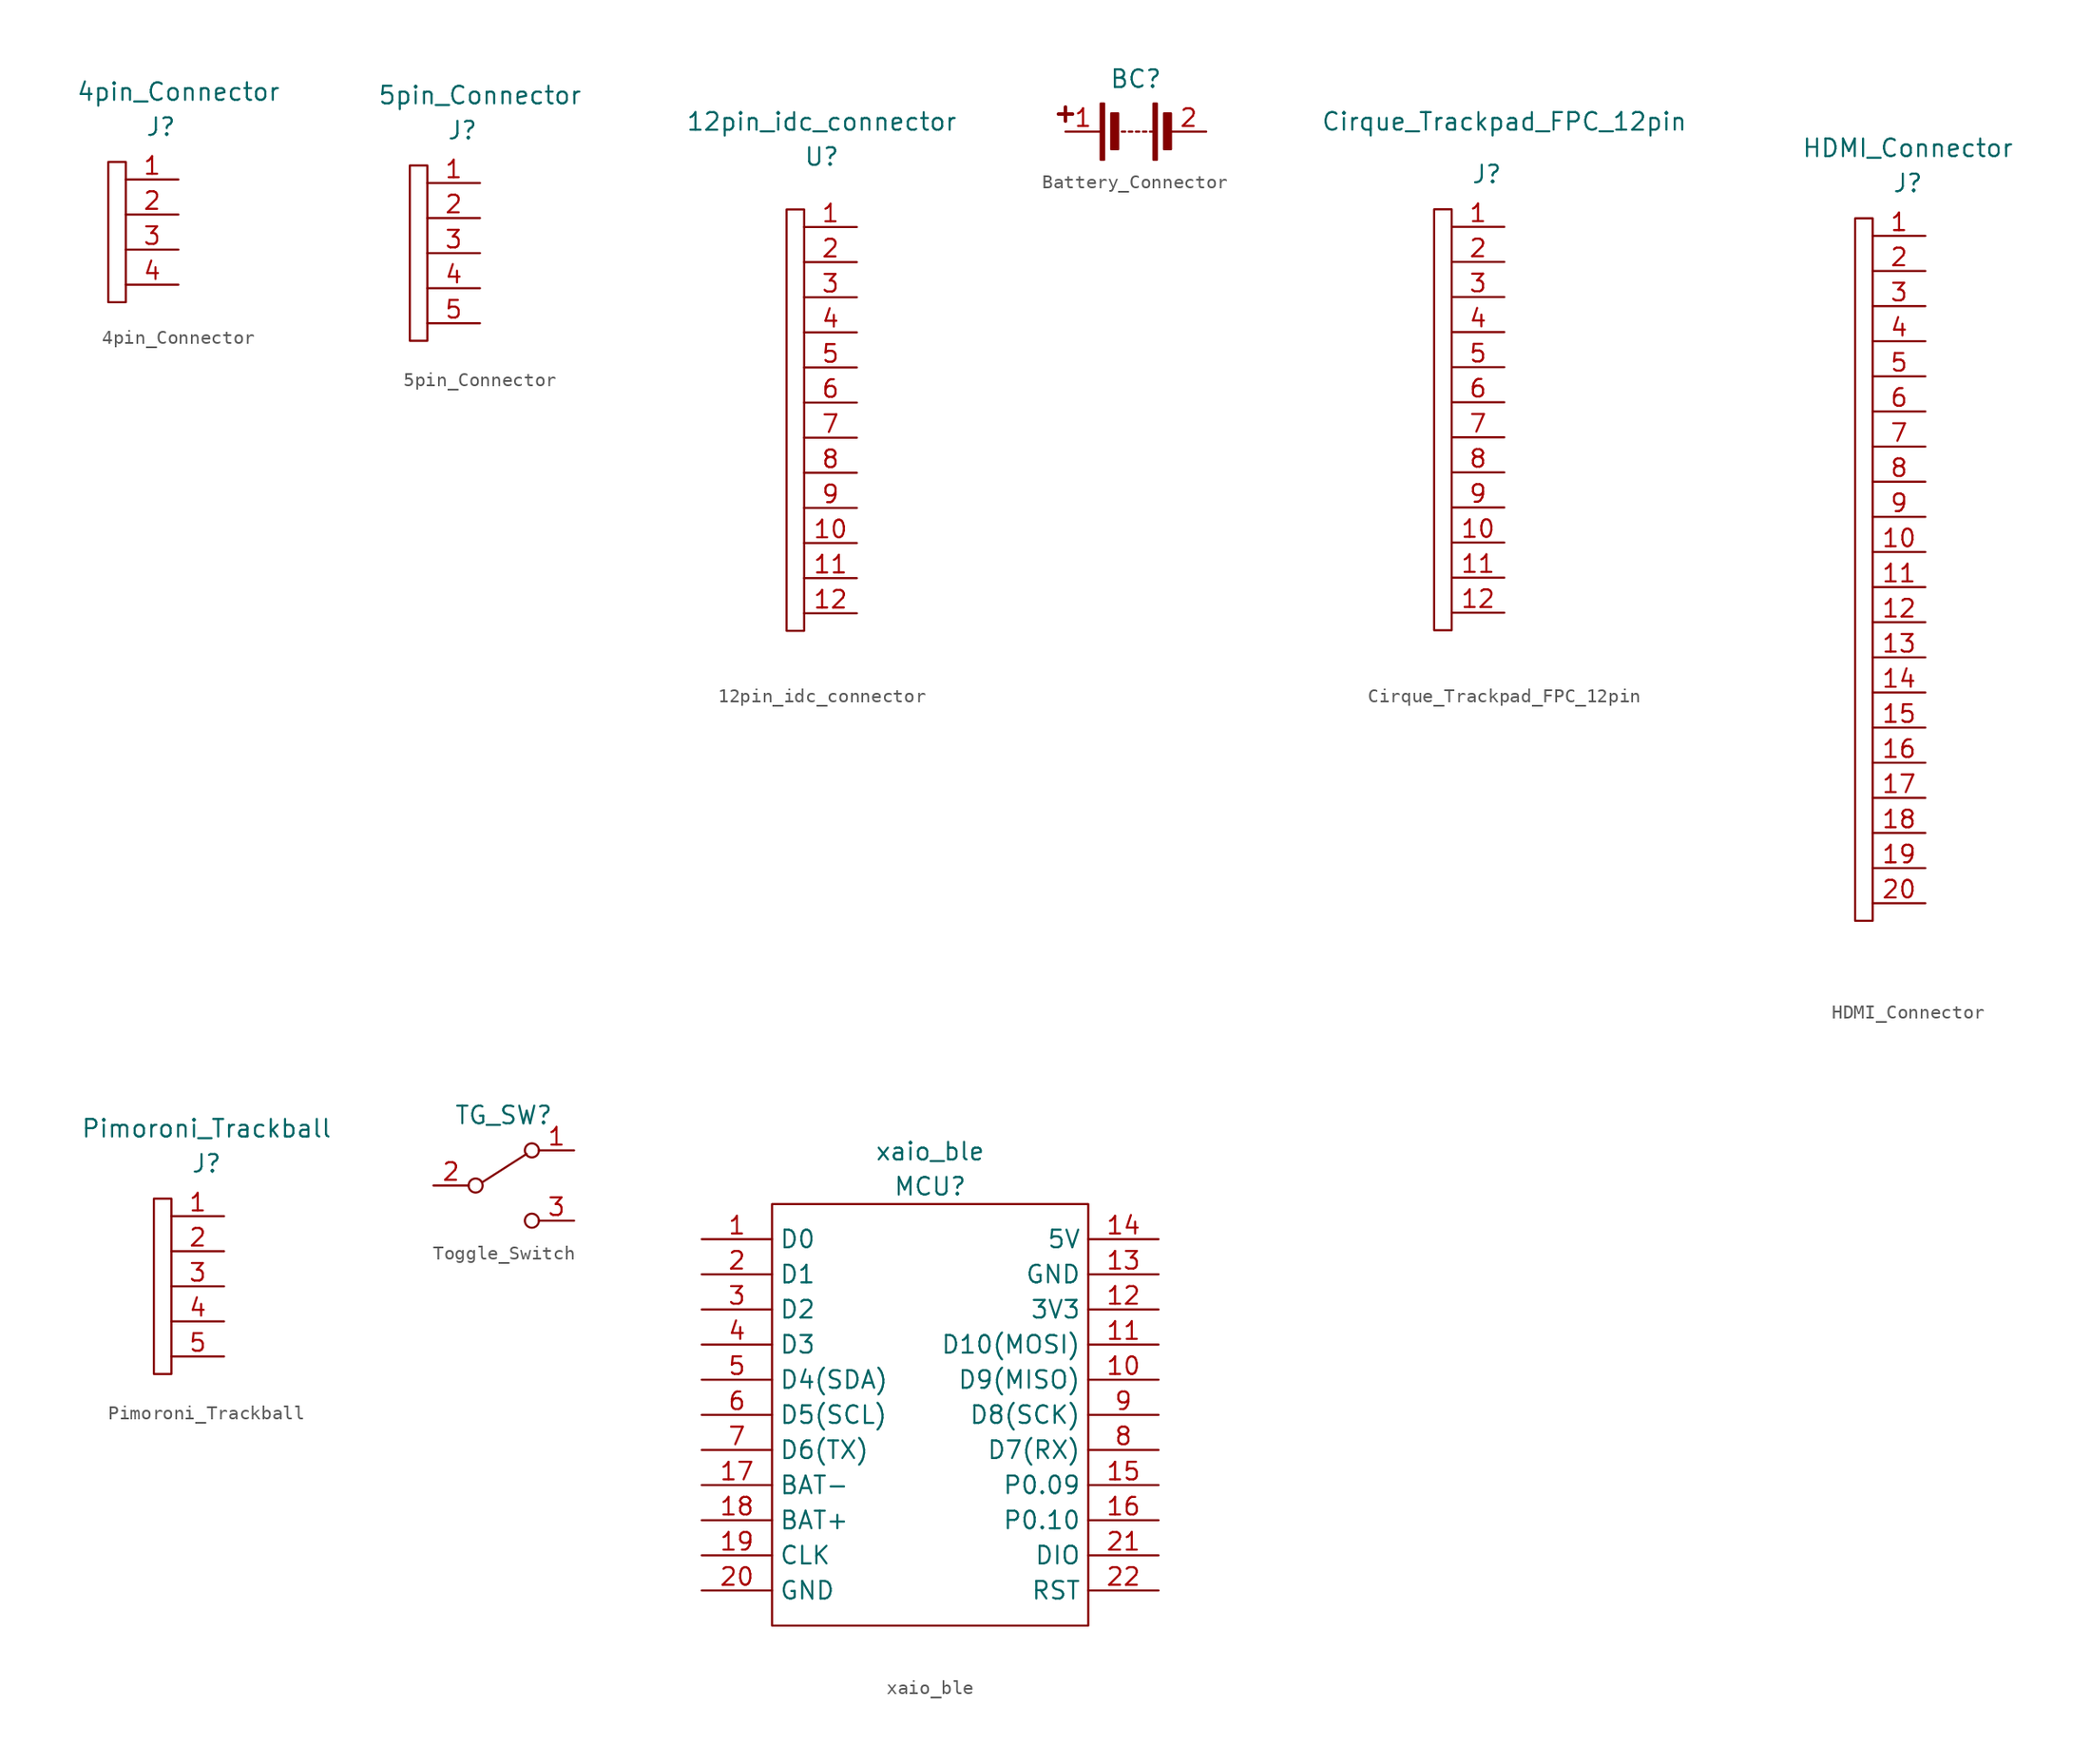
<source format=kicad_sym>
(kicad_symbol_lib
  (version 20211014)
  (generator kicad_symbol_editor)
  (symbol "4pin_Connector"
    (property "Reference" "J"
      (at 0 7.62 0)
      (effects (font (size 1.27 1.27))))
    (property "Value" "4pin_Connector"
      (at 1.27 10.16 0)
      (effects (font (size 1.27 1.27))))
    (symbol "4pin_Connector_0_1"
      (rectangle (start -3.81 5.08) (end -2.54 -5.08) (stroke (width 0) (type default) (color 0 0 0 0)) (fill (type none))))
    (symbol "4pin_Connector_1_1"
      (pin passive line (at 1.27 3.81 180) (length 3.81) (name "" (effects (font (size 1.27 1.27)))) (number "1" (effects (font (size 1.27 1.27)))))
      (pin passive line (at 1.27 1.27 180) (length 3.81) (name "" (effects (font (size 1.27 1.27)))) (number "2" (effects (font (size 1.27 1.27)))))
      (pin passive line (at 1.27 -1.27 180) (length 3.81) (name "" (effects (font (size 1.27 1.27)))) (number "3" (effects (font (size 1.27 1.27)))))
      (pin passive line (at 1.27 -3.81 180) (length 3.81) (name "" (effects (font (size 1.27 1.27)))) (number "4" (effects (font (size 1.27 1.27)))))))
  (symbol "5pin_Connector"
    (property "Reference" "J"
      (at 0 7.62 0)
      (effects (font (size 1.27 1.27))))
    (property "Value" "5pin_Connector"
      (at 1.27 10.16 0)
      (effects (font (size 1.27 1.27))))
    (symbol "5pin_Connector_0_1"
      (rectangle (start -3.81 5.08) (end -2.54 -7.62) (stroke (width 0) (type default) (color 0 0 0 0)) (fill (type none))))
    (symbol "5pin_Connector_1_1"
      (pin passive line (at 1.27 3.81 180) (length 3.81) (name "" (effects (font (size 1.27 1.27)))) (number "1" (effects (font (size 1.27 1.27)))))
      (pin passive line (at 1.27 1.27 180) (length 3.81) (name "" (effects (font (size 1.27 1.27)))) (number "2" (effects (font (size 1.27 1.27)))))
      (pin passive line (at 1.27 -1.27 180) (length 3.81) (name "" (effects (font (size 1.27 1.27)))) (number "3" (effects (font (size 1.27 1.27)))))
      (pin passive line (at 1.27 -3.81 180) (length 3.81) (name "" (effects (font (size 1.27 1.27)))) (number "4" (effects (font (size 1.27 1.27)))))
      (pin passive line (at 1.27 -6.35 180) (length 3.81) (name "" (effects (font (size 1.27 1.27)))) (number "5" (effects (font (size 1.27 1.27)))))))
  (symbol "12pin_idc_connector"
    (property "Reference" "U"
      (at 0 17.78 0)
      (effects (font (size 1.27 1.27))))
    (property "Value" "12pin_idc_connector"
      (at 0 20.32 0)
      (effects (font (size 1.27 1.27))))
    (symbol "12pin_idc_connector_0_1"
      (rectangle (start -2.54 13.97) (end -1.27 -16.51) (stroke (width 0) (type default) (color 0 0 0 0)) (fill (type none))))
    (symbol "12pin_idc_connector_1_1"
      (pin passive line (at 2.54 12.7 180) (length 3.81) (name "" (effects (font (size 1.27 1.27)))) (number "1" (effects (font (size 1.27 1.27)))))
      (pin passive line (at 2.54 -10.16 180) (length 3.81) (name "" (effects (font (size 1.27 1.27)))) (number "10" (effects (font (size 1.27 1.27)))))
      (pin passive line (at 2.54 -12.7 180) (length 3.81) (name "" (effects (font (size 1.27 1.27)))) (number "11" (effects (font (size 1.27 1.27)))))
      (pin passive line (at 2.54 -15.24 180) (length 3.81) (name "" (effects (font (size 1.27 1.27)))) (number "12" (effects (font (size 1.27 1.27)))))
      (pin passive line (at 2.54 10.16 180) (length 3.81) (name "" (effects (font (size 1.27 1.27)))) (number "2" (effects (font (size 1.27 1.27)))))
      (pin passive line (at 2.54 7.62 180) (length 3.81) (name "" (effects (font (size 1.27 1.27)))) (number "3" (effects (font (size 1.27 1.27)))))
      (pin passive line (at 2.54 5.08 180) (length 3.81) (name "" (effects (font (size 1.27 1.27)))) (number "4" (effects (font (size 1.27 1.27)))))
      (pin passive line (at 2.54 2.54 180) (length 3.81) (name "" (effects (font (size 1.27 1.27)))) (number "5" (effects (font (size 1.27 1.27)))))
      (pin passive line (at 2.54 0 180) (length 3.81) (name "" (effects (font (size 1.27 1.27)))) (number "6" (effects (font (size 1.27 1.27)))))
      (pin passive line (at 2.54 -2.54 180) (length 3.81) (name "" (effects (font (size 1.27 1.27)))) (number "7" (effects (font (size 1.27 1.27)))))
      (pin passive line (at 2.54 -5.08 180) (length 3.81) (name "" (effects (font (size 1.27 1.27)))) (number "8" (effects (font (size 1.27 1.27)))))
      (pin passive line (at 2.54 -7.62 180) (length 3.81) (name "" (effects (font (size 1.27 1.27)))) (number "9" (effects (font (size 1.27 1.27)))))))
  (symbol "Battery_Connector"
    (property "Reference" "BC"
      (at 0 3.81 0)
      (effects (font (size 1.27 1.27))))
    (symbol "Battery_Connector_0_1"
      (rectangle (start -2.54 -2.032) (end -2.286 2.032) (stroke (width 0) (type default) (color 0 0 0 0)) (fill (type outline)))
      (rectangle (start -1.778 -1.27) (end -1.27 1.321) (stroke (width 0) (type default) (color 0 0 0 0)) (fill (type outline)))
      (polyline (pts (xy -5.588 1.27) (xy -4.572 1.27)) (stroke (width 0.254) (type default) (color 0 0 0 0)) (fill (type none)))
      (polyline (pts (xy -5.08 0.762) (xy -5.08 1.778)) (stroke (width 0.254) (type default) (color 0 0 0 0)) (fill (type none)))
      (polyline (pts (xy -0.762 0) (xy -1.016 0)) (stroke (width 0) (type default) (color 0 0 0 0)) (fill (type none)))
      (polyline (pts (xy -0.254 0) (xy -0.508 0)) (stroke (width 0) (type default) (color 0 0 0 0)) (fill (type none)))
      (polyline (pts (xy 0.254 0) (xy 0 0)) (stroke (width 0) (type default) (color 0 0 0 0)) (fill (type none)))
      (polyline (pts (xy 0.762 0) (xy 0.508 0)) (stroke (width 0) (type default) (color 0 0 0 0)) (fill (type none)))
      (polyline (pts (xy 1.27 0) (xy 1.016 0)) (stroke (width 0) (type default) (color 0 0 0 0)) (fill (type none)))
      (rectangle (start 1.27 -2.032) (end 1.524 2.032) (stroke (width 0) (type default) (color 0 0 0 0)) (fill (type outline)))
      (rectangle (start 2.032 -1.27) (end 2.54 1.321) (stroke (width 0) (type default) (color 0 0 0 0)) (fill (type outline))))
    (symbol "Battery_Connector_1_1"
      (pin passive line (at -5.08 0 0) (length 2.54) (name "" (effects (font (size 1.27 1.27)))) (number "1" (effects (font (size 1.27 1.27)))))
      (pin passive line (at 5.08 0 180) (length 2.54) (name "" (effects (font (size 1.27 1.27)))) (number "2" (effects (font (size 1.27 1.27)))))))
  (symbol "Cirque_Trackpad_FPC_12pin"
    (property "Reference" "J"
      (at 0 16.51 0)
      (effects (font (size 1.27 1.27))))
    (property "Value" "Cirque_Trackpad_FPC_12pin"
      (at 1.27 20.32 0)
      (effects (font (size 1.27 1.27))))
    (symbol "Cirque_Trackpad_FPC_12pin_0_1"
      (rectangle (start -3.81 13.97) (end -2.54 -16.51) (stroke (width 0) (type default) (color 0 0 0 0)) (fill (type none))))
    (symbol "Cirque_Trackpad_FPC_12pin_1_1"
      (pin passive line (at 1.27 12.7 180) (length 3.81) (name "" (effects (font (size 1.27 1.27)))) (number "1" (effects (font (size 1.27 1.27)))))
      (pin passive line (at 1.27 -10.16 180) (length 3.81) (name "" (effects (font (size 1.27 1.27)))) (number "10" (effects (font (size 1.27 1.27)))))
      (pin passive line (at 1.27 -12.7 180) (length 3.81) (name "" (effects (font (size 1.27 1.27)))) (number "11" (effects (font (size 1.27 1.27)))))
      (pin passive line (at 1.27 -15.24 180) (length 3.81) (name "" (effects (font (size 1.27 1.27)))) (number "12" (effects (font (size 1.27 1.27)))))
      (pin passive line (at 1.27 10.16 180) (length 3.81) (name "" (effects (font (size 1.27 1.27)))) (number "2" (effects (font (size 1.27 1.27)))))
      (pin passive line (at 1.27 7.62 180) (length 3.81) (name "" (effects (font (size 1.27 1.27)))) (number "3" (effects (font (size 1.27 1.27)))))
      (pin passive line (at 1.27 5.08 180) (length 3.81) (name "" (effects (font (size 1.27 1.27)))) (number "4" (effects (font (size 1.27 1.27)))))
      (pin passive line (at 1.27 2.54 180) (length 3.81) (name "" (effects (font (size 1.27 1.27)))) (number "5" (effects (font (size 1.27 1.27)))))
      (pin passive line (at 1.27 0 180) (length 3.81) (name "" (effects (font (size 1.27 1.27)))) (number "6" (effects (font (size 1.27 1.27)))))
      (pin passive line (at 1.27 -2.54 180) (length 3.81) (name "" (effects (font (size 1.27 1.27)))) (number "7" (effects (font (size 1.27 1.27)))))
      (pin passive line (at 1.27 -5.08 180) (length 3.81) (name "" (effects (font (size 1.27 1.27)))) (number "8" (effects (font (size 1.27 1.27)))))
      (pin passive line (at 1.27 -7.62 180) (length 3.81) (name "" (effects (font (size 1.27 1.27)))) (number "9" (effects (font (size 1.27 1.27)))))))
  (symbol "HDMI_Connector"
    (property "Reference" "J"
      (at 0 26.67 0)
      (effects (font (size 1.27 1.27))))
    (property "Value" "HDMI_Connector"
      (at 0 29.21 0)
      (effects (font (size 1.27 1.27))))
    (symbol "HDMI_Connector_0_1"
      (rectangle (start -3.81 24.13) (end -2.54 -26.67) (stroke (width 0) (type default) (color 0 0 0 0)) (fill (type none))))
    (symbol "HDMI_Connector_1_1"
      (pin passive line (at 1.27 22.86 180) (length 3.81) (name "" (effects (font (size 1.27 1.27)))) (number "1" (effects (font (size 1.27 1.27)))))
      (pin passive line (at 1.27 0 180) (length 3.81) (name "" (effects (font (size 1.27 1.27)))) (number "10" (effects (font (size 1.27 1.27)))))
      (pin passive line (at 1.27 -2.54 180) (length 3.81) (name "" (effects (font (size 1.27 1.27)))) (number "11" (effects (font (size 1.27 1.27)))))
      (pin passive line (at 1.27 -5.08 180) (length 3.81) (name "" (effects (font (size 1.27 1.27)))) (number "12" (effects (font (size 1.27 1.27)))))
      (pin passive line (at 1.27 -7.62 180) (length 3.81) (name "" (effects (font (size 1.27 1.27)))) (number "13" (effects (font (size 1.27 1.27)))))
      (pin passive line (at 1.27 -10.16 180) (length 3.81) (name "" (effects (font (size 1.27 1.27)))) (number "14" (effects (font (size 1.27 1.27)))))
      (pin passive line (at 1.27 -12.7 180) (length 3.81) (name "" (effects (font (size 1.27 1.27)))) (number "15" (effects (font (size 1.27 1.27)))))
      (pin passive line (at 1.27 -15.24 180) (length 3.81) (name "" (effects (font (size 1.27 1.27)))) (number "16" (effects (font (size 1.27 1.27)))))
      (pin passive line (at 1.27 -17.78 180) (length 3.81) (name "" (effects (font (size 1.27 1.27)))) (number "17" (effects (font (size 1.27 1.27)))))
      (pin passive line (at 1.27 -20.32 180) (length 3.81) (name "" (effects (font (size 1.27 1.27)))) (number "18" (effects (font (size 1.27 1.27)))))
      (pin passive line (at 1.27 -22.86 180) (length 3.81) (name "" (effects (font (size 1.27 1.27)))) (number "19" (effects (font (size 1.27 1.27)))))
      (pin passive line (at 1.27 20.32 180) (length 3.81) (name "" (effects (font (size 1.27 1.27)))) (number "2" (effects (font (size 1.27 1.27)))))
      (pin passive line (at 1.27 -25.4 180) (length 3.81) (name "" (effects (font (size 1.27 1.27)))) (number "20" (effects (font (size 1.27 1.27)))))
      (pin passive line (at 1.27 17.78 180) (length 3.81) (name "" (effects (font (size 1.27 1.27)))) (number "3" (effects (font (size 1.27 1.27)))))
      (pin passive line (at 1.27 15.24 180) (length 3.81) (name "" (effects (font (size 1.27 1.27)))) (number "4" (effects (font (size 1.27 1.27)))))
      (pin passive line (at 1.27 12.7 180) (length 3.81) (name "" (effects (font (size 1.27 1.27)))) (number "5" (effects (font (size 1.27 1.27)))))
      (pin passive line (at 1.27 10.16 180) (length 3.81) (name "" (effects (font (size 1.27 1.27)))) (number "6" (effects (font (size 1.27 1.27)))))
      (pin passive line (at 1.27 7.62 180) (length 3.81) (name "" (effects (font (size 1.27 1.27)))) (number "7" (effects (font (size 1.27 1.27)))))
      (pin passive line (at 1.27 5.08 180) (length 3.81) (name "" (effects (font (size 1.27 1.27)))) (number "8" (effects (font (size 1.27 1.27)))))
      (pin passive line (at 1.27 2.54 180) (length 3.81) (name "" (effects (font (size 1.27 1.27)))) (number "9" (effects (font (size 1.27 1.27)))))))
  (symbol "Pimoroni_Trackball"
    (pin_names hide)
    (property "Reference" "J"
      (at 0 7.62 0)
      (effects (font (size 1.27 1.27))))
    (property "Value" "Pimoroni_Trackball"
      (at 0 10.16 0)
      (effects (font (size 1.27 1.27))))
    (symbol "Pimoroni_Trackball_0_1"
      (rectangle (start -3.81 5.08) (end -2.54 -7.62) (stroke (width 0) (type default) (color 0 0 0 0)) (fill (type none))))
    (symbol "Pimoroni_Trackball_1_1"
      (pin passive line (at 1.27 3.81 180) (length 3.81) (name "" (effects (font (size 1.27 1.27)))) (number "1" (effects (font (size 1.27 1.27)))))
      (pin passive line (at 1.27 1.27 180) (length 3.81) (name "" (effects (font (size 1.27 1.27)))) (number "2" (effects (font (size 1.27 1.27)))))
      (pin passive line (at 1.27 -1.27 180) (length 3.81) (name "" (effects (font (size 1.27 1.27)))) (number "3" (effects (font (size 1.27 1.27)))))
      (pin passive line (at 1.27 -3.81 180) (length 3.81) (name "" (effects (font (size 1.27 1.27)))) (number "4" (effects (font (size 1.27 1.27)))))
      (pin passive line (at 1.27 -6.35 180) (length 3.81) (name "" (effects (font (size 1.27 1.27)))) (number "5" (effects (font (size 1.27 1.27)))))))
  (symbol "Toggle_Switch"
    (property "Reference" "TG_SW"
      (at 0 5.08 0)
      (effects (font (size 1.27 1.27))))
    (symbol "Toggle_Switch_0_0"
      (circle (center -2.032 0) (radius 0.508) (stroke (width 0) (type default) (color 0 0 0 0)) (fill (type none)))
      (circle (center 2.032 -2.54) (radius 0.508) (stroke (width 0) (type default) (color 0 0 0 0)) (fill (type none))))
    (symbol "Toggle_Switch_0_1"
      (polyline (pts (xy -1.524 0.254) (xy 1.651 2.286)) (stroke (width 0) (type default) (color 0 0 0 0)) (fill (type none)))
      (circle (center 2.032 2.54) (radius 0.508) (stroke (width 0) (type default) (color 0 0 0 0)) (fill (type none))))
    (symbol "Toggle_Switch_1_1"
      (pin passive line (at 5.08 2.54 180) (length 2.54) (name "" (effects (font (size 1.27 1.27)))) (number "1" (effects (font (size 1.27 1.27)))))
      (pin passive line (at -5.08 0 0) (length 2.54) (name "" (effects (font (size 1.27 1.27)))) (number "2" (effects (font (size 1.27 1.27)))))
      (pin passive line (at 5.08 -2.54 180) (length 2.54) (name "" (effects (font (size 1.27 1.27)))) (number "3" (effects (font (size 1.27 1.27)))))))
  (symbol "xaio_ble"
    (property "Reference" "MCU"
      (at 0 17.78 0)
      (effects (font (size 1.27 1.27))))
    (property "Value" "xaio_ble"
      (at 0 20.32 0)
      (effects (font (size 1.27 1.27))))
    (symbol "xaio_ble_0_1"
      (rectangle (start -11.43 16.51) (end 11.43 -13.97) (stroke (width 0) (type default) (color 0 0 0 0)) (fill (type none))))
    (symbol "xaio_ble_1_1"
      (pin input line (at -16.51 13.97 0) (length 5.08) (name "D0" (effects (font (size 1.27 1.27)))) (number "1" (effects (font (size 1.27 1.27)))))
      (pin input line (at 16.51 3.81 180) (length 5.08) (name "D9(MISO)" (effects (font (size 1.27 1.27)))) (number "10" (effects (font (size 1.27 1.27)))))
      (pin input line (at 16.51 6.35 180) (length 5.08) (name "D10(MOSI)" (effects (font (size 1.27 1.27)))) (number "11" (effects (font (size 1.27 1.27)))))
      (pin input line (at 16.51 8.89 180) (length 5.08) (name "3V3" (effects (font (size 1.27 1.27)))) (number "12" (effects (font (size 1.27 1.27)))))
      (pin input line (at 16.51 11.43 180) (length 5.08) (name "GND" (effects (font (size 1.27 1.27)))) (number "13" (effects (font (size 1.27 1.27)))))
      (pin input line (at 16.51 13.97 180) (length 5.08) (name "5V" (effects (font (size 1.27 1.27)))) (number "14" (effects (font (size 1.27 1.27)))))
      (pin input line (at 16.51 -3.81 180) (length 5.08) (name "P0.09" (effects (font (size 1.27 1.27)))) (number "15" (effects (font (size 1.27 1.27)))))
      (pin input line (at 16.51 -6.35 180) (length 5.08) (name "P0.10" (effects (font (size 1.27 1.27)))) (number "16" (effects (font (size 1.27 1.27)))))
      (pin input line (at -16.51 -3.81 0) (length 5.08) (name "BAT-" (effects (font (size 1.27 1.27)))) (number "17" (effects (font (size 1.27 1.27)))))
      (pin input line (at -16.51 -6.35 0) (length 5.08) (name "BAT+" (effects (font (size 1.27 1.27)))) (number "18" (effects (font (size 1.27 1.27)))))
      (pin input line (at -16.51 -8.89 0) (length 5.08) (name "CLK" (effects (font (size 1.27 1.27)))) (number "19" (effects (font (size 1.27 1.27)))))
      (pin input line (at -16.51 11.43 0) (length 5.08) (name "D1" (effects (font (size 1.27 1.27)))) (number "2" (effects (font (size 1.27 1.27)))))
      (pin input line (at -16.51 -11.43 0) (length 5.08) (name "GND" (effects (font (size 1.27 1.27)))) (number "20" (effects (font (size 1.27 1.27)))))
      (pin input line (at 16.51 -8.89 180) (length 5.08) (name "DIO" (effects (font (size 1.27 1.27)))) (number "21" (effects (font (size 1.27 1.27)))))
      (pin input line (at 16.51 -11.43 180) (length 5.08) (name "RST" (effects (font (size 1.27 1.27)))) (number "22" (effects (font (size 1.27 1.27)))))
      (pin input line (at -16.51 8.89 0) (length 5.08) (name "D2" (effects (font (size 1.27 1.27)))) (number "3" (effects (font (size 1.27 1.27)))))
      (pin input line (at -16.51 6.35 0) (length 5.08) (name "D3" (effects (font (size 1.27 1.27)))) (number "4" (effects (font (size 1.27 1.27)))))
      (pin input line (at -16.51 3.81 0) (length 5.08) (name "D4(SDA)" (effects (font (size 1.27 1.27)))) (number "5" (effects (font (size 1.27 1.27)))))
      (pin input line (at -16.51 1.27 0) (length 5.08) (name "D5(SCL)" (effects (font (size 1.27 1.27)))) (number "6" (effects (font (size 1.27 1.27)))))
      (pin input line (at -16.51 -1.27 0) (length 5.08) (name "D6(TX)" (effects (font (size 1.27 1.27)))) (number "7" (effects (font (size 1.27 1.27)))))
      (pin input line (at 16.51 -1.27 180) (length 5.08) (name "D7(RX)" (effects (font (size 1.27 1.27)))) (number "8" (effects (font (size 1.27 1.27)))))
      (pin input line (at 16.51 1.27 180) (length 5.08) (name "D8(SCK)" (effects (font (size 1.27 1.27)))) (number "9" (effects (font (size 1.27 1.27))))))))
</source>
